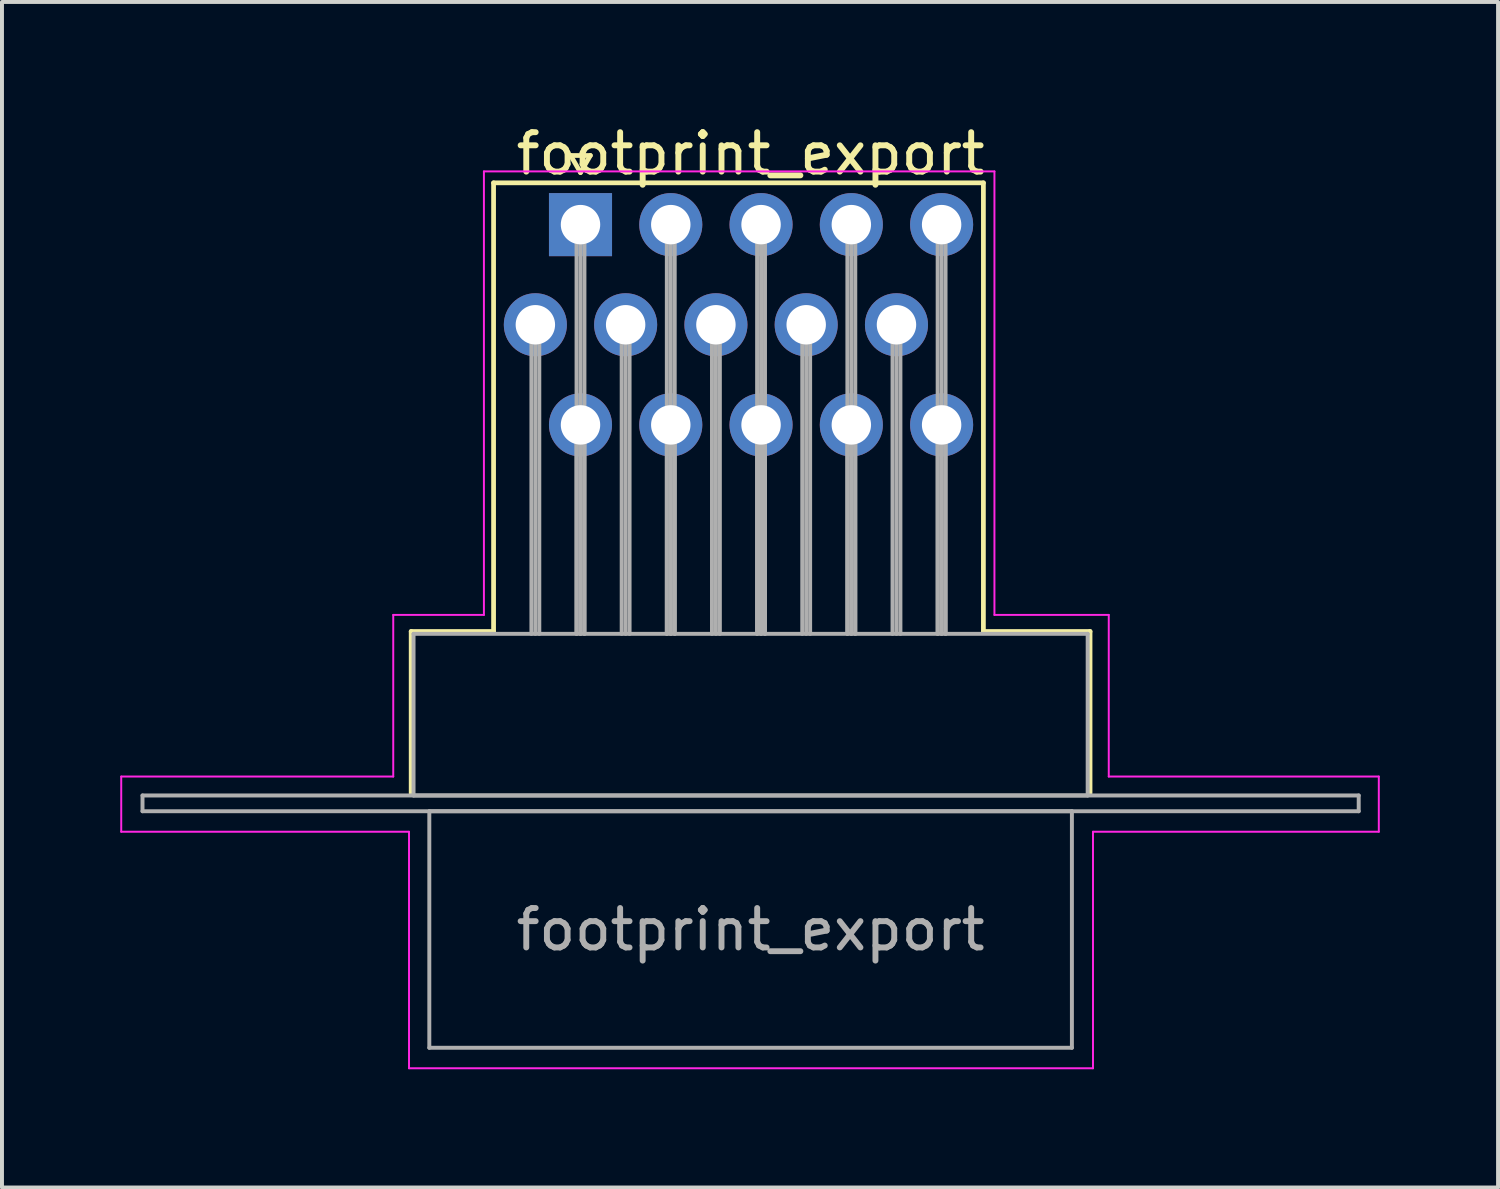
<source format=kicad_pcb>
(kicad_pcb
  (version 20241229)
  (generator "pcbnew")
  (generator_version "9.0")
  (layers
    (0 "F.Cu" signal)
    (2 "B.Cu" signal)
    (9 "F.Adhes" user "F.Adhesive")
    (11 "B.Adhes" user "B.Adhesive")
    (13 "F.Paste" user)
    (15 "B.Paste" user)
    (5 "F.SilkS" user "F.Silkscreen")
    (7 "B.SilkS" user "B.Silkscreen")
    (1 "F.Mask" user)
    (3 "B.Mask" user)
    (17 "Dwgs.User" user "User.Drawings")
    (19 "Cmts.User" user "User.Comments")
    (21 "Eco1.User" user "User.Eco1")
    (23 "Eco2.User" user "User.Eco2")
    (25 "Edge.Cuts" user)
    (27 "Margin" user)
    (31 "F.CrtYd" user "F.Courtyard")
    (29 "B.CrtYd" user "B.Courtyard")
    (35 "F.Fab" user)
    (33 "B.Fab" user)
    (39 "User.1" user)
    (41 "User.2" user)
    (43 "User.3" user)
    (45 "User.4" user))
  (footprint "footprint_export"
    (layer "F.Cu")
    (at 11.675 2.648)
    (property "Reference" "footprint_export" (at 4.315 -1.8 0) (layer "F.SilkS") (effects (font (size 1 1) (thickness 0.15))))
    (attr through_hole)
    (fp_line (start -4.295 10.32) (end -2.205 10.32) (stroke (width 0.12) (type solid)) (layer "F.SilkS"))
    (fp_line (start -4.295 14.42) (end -4.295 10.32) (stroke (width 0.12) (type solid)) (layer "F.SilkS"))
    (fp_line (start -2.205 -1.06) (end 10.22 -1.06) (stroke (width 0.12) (type solid)) (layer "F.SilkS"))
    (fp_line (start -2.205 10.32) (end -2.205 -1.06) (stroke (width 0.12) (type solid)) (layer "F.SilkS"))
    (fp_line (start -0.25 -1.754) (end 0.25 -1.754) (stroke (width 0.12) (type solid)) (layer "F.SilkS"))
    (fp_line (start 0 -1.321) (end -0.25 -1.754) (stroke (width 0.12) (type solid)) (layer "F.SilkS"))
    (fp_line (start 0.25 -1.754) (end 0 -1.321) (stroke (width 0.12) (type solid)) (layer "F.SilkS"))
    (fp_line (start 10.22 -1.06) (end 10.22 10.32) (stroke (width 0.12) (type solid)) (layer "F.SilkS"))
    (fp_line (start 10.22 10.32) (end 12.925 10.32) (stroke (width 0.12) (type solid)) (layer "F.SilkS"))
    (fp_line (start 12.925 10.32) (end 12.925 14.42) (stroke (width 0.12) (type solid)) (layer "F.SilkS"))
    (fp_line (start -11.65 14) (end -4.75 14) (stroke (width 0.05) (type solid)) (layer "F.CrtYd"))
    (fp_line (start -11.65 15.4) (end -11.65 14) (stroke (width 0.05) (type solid)) (layer "F.CrtYd"))
    (fp_line (start -4.75 9.9) (end -2.45 9.9) (stroke (width 0.05) (type solid)) (layer "F.CrtYd"))
    (fp_line (start -4.75 14) (end -4.75 9.9) (stroke (width 0.05) (type solid)) (layer "F.CrtYd"))
    (fp_line (start -4.35 15.4) (end -11.65 15.4) (stroke (width 0.05) (type solid)) (layer "F.CrtYd"))
    (fp_line (start -4.35 21.4) (end -4.35 15.4) (stroke (width 0.05) (type solid)) (layer "F.CrtYd"))
    (fp_line (start -2.45 -1.35) (end 10.5 -1.35) (stroke (width 0.05) (type solid)) (layer "F.CrtYd"))
    (fp_line (start -2.45 9.9) (end -2.45 -1.35) (stroke (width 0.05) (type solid)) (layer "F.CrtYd"))
    (fp_line (start 10.5 -1.35) (end 10.5 9.9) (stroke (width 0.05) (type solid)) (layer "F.CrtYd"))
    (fp_line (start 10.5 9.9) (end 13.4 9.9) (stroke (width 0.05) (type solid)) (layer "F.CrtYd"))
    (fp_line (start 13 15.4) (end 13 21.4) (stroke (width 0.05) (type solid)) (layer "F.CrtYd"))
    (fp_line (start 13 21.4) (end -4.35 21.4) (stroke (width 0.05) (type solid)) (layer "F.CrtYd"))
    (fp_line (start 13.4 9.9) (end 13.4 14) (stroke (width 0.05) (type solid)) (layer "F.CrtYd"))
    (fp_line (start 13.4 14) (end 20.25 14) (stroke (width 0.05) (type solid)) (layer "F.CrtYd"))
    (fp_line (start 20.25 14) (end 20.25 15.4) (stroke (width 0.05) (type solid)) (layer "F.CrtYd"))
    (fp_line (start 20.25 15.4) (end 13 15.4) (stroke (width 0.05) (type solid)) (layer "F.CrtYd"))
    (fp_line (start -11.11 14.48) (end -11.11 14.88) (stroke (width 0.1) (type solid)) (layer "F.Fab"))
    (fp_line (start -11.11 14.88) (end 19.74 14.88) (stroke (width 0.1) (type solid)) (layer "F.Fab"))
    (fp_line (start -4.235 10.38) (end -4.235 14.48) (stroke (width 0.1) (type solid)) (layer "F.Fab"))
    (fp_line (start -4.235 14.48) (end 12.865 14.48) (stroke (width 0.1) (type solid)) (layer "F.Fab"))
    (fp_line (start -3.835 14.88) (end -3.835 20.88) (stroke (width 0.1) (type solid)) (layer "F.Fab"))
    (fp_line (start -3.835 20.88) (end 12.465 20.88) (stroke (width 0.1) (type solid)) (layer "F.Fab"))
    (fp_line (start -1.245 2.54) (end -1.245 10.38) (stroke (width 0.1) (type solid)) (layer "F.Fab"))
    (fp_line (start -1.145 2.54) (end -1.145 10.38) (stroke (width 0.1) (type solid)) (layer "F.Fab"))
    (fp_line (start -1.045 2.54) (end -1.045 10.38) (stroke (width 0.1) (type solid)) (layer "F.Fab"))
    (fp_line (start -0.1 0) (end -0.1 10.38) (stroke (width 0.1) (type solid)) (layer "F.Fab"))
    (fp_line (start -0.1 5.08) (end -0.1 10.38) (stroke (width 0.1) (type solid)) (layer "F.Fab"))
    (fp_line (start 0 0) (end 0 10.38) (stroke (width 0.1) (type solid)) (layer "F.Fab"))
    (fp_line (start 0 5.08) (end 0 10.38) (stroke (width 0.1) (type solid)) (layer "F.Fab"))
    (fp_line (start 0.1 0) (end 0.1 10.38) (stroke (width 0.1) (type solid)) (layer "F.Fab"))
    (fp_line (start 0.1 5.08) (end 0.1 10.38) (stroke (width 0.1) (type solid)) (layer "F.Fab"))
    (fp_line (start 1.045 2.54) (end 1.045 10.38) (stroke (width 0.1) (type solid)) (layer "F.Fab"))
    (fp_line (start 1.145 2.54) (end 1.145 10.38) (stroke (width 0.1) (type solid)) (layer "F.Fab"))
    (fp_line (start 1.245 2.54) (end 1.245 10.38) (stroke (width 0.1) (type solid)) (layer "F.Fab"))
    (fp_line (start 2.19 0) (end 2.19 10.38) (stroke (width 0.1) (type solid)) (layer "F.Fab"))
    (fp_line (start 2.19 5.08) (end 2.19 10.38) (stroke (width 0.1) (type solid)) (layer "F.Fab"))
    (fp_line (start 2.29 0) (end 2.29 10.38) (stroke (width 0.1) (type solid)) (layer "F.Fab"))
    (fp_line (start 2.29 5.08) (end 2.29 10.38) (stroke (width 0.1) (type solid)) (layer "F.Fab"))
    (fp_line (start 2.39 0) (end 2.39 10.38) (stroke (width 0.1) (type solid)) (layer "F.Fab"))
    (fp_line (start 2.39 5.08) (end 2.39 10.38) (stroke (width 0.1) (type solid)) (layer "F.Fab"))
    (fp_line (start 3.335 2.54) (end 3.335 10.38) (stroke (width 0.1) (type solid)) (layer "F.Fab"))
    (fp_line (start 3.435 2.54) (end 3.435 10.38) (stroke (width 0.1) (type solid)) (layer "F.Fab"))
    (fp_line (start 3.535 2.54) (end 3.535 10.38) (stroke (width 0.1) (type solid)) (layer "F.Fab"))
    (fp_line (start 4.48 0) (end 4.48 10.38) (stroke (width 0.1) (type solid)) (layer "F.Fab"))
    (fp_line (start 4.48 5.08) (end 4.48 10.38) (stroke (width 0.1) (type solid)) (layer "F.Fab"))
    (fp_line (start 4.58 0) (end 4.58 10.38) (stroke (width 0.1) (type solid)) (layer "F.Fab"))
    (fp_line (start 4.58 5.08) (end 4.58 10.38) (stroke (width 0.1) (type solid)) (layer "F.Fab"))
    (fp_line (start 4.68 0) (end 4.68 10.38) (stroke (width 0.1) (type solid)) (layer "F.Fab"))
    (fp_line (start 4.68 5.08) (end 4.68 10.38) (stroke (width 0.1) (type solid)) (layer "F.Fab"))
    (fp_line (start 5.625 2.54) (end 5.625 10.38) (stroke (width 0.1) (type solid)) (layer "F.Fab"))
    (fp_line (start 5.725 2.54) (end 5.725 10.38) (stroke (width 0.1) (type solid)) (layer "F.Fab"))
    (fp_line (start 5.825 2.54) (end 5.825 10.38) (stroke (width 0.1) (type solid)) (layer "F.Fab"))
    (fp_line (start 6.77 0) (end 6.77 10.38) (stroke (width 0.1) (type solid)) (layer "F.Fab"))
    (fp_line (start 6.77 5.08) (end 6.77 10.38) (stroke (width 0.1) (type solid)) (layer "F.Fab"))
    (fp_line (start 6.87 0) (end 6.87 10.38) (stroke (width 0.1) (type solid)) (layer "F.Fab"))
    (fp_line (start 6.87 5.08) (end 6.87 10.38) (stroke (width 0.1) (type solid)) (layer "F.Fab"))
    (fp_line (start 6.97 0) (end 6.97 10.38) (stroke (width 0.1) (type solid)) (layer "F.Fab"))
    (fp_line (start 6.97 5.08) (end 6.97 10.38) (stroke (width 0.1) (type solid)) (layer "F.Fab"))
    (fp_line (start 7.915 2.54) (end 7.915 10.38) (stroke (width 0.1) (type solid)) (layer "F.Fab"))
    (fp_line (start 8.015 2.54) (end 8.015 10.38) (stroke (width 0.1) (type solid)) (layer "F.Fab"))
    (fp_line (start 8.115 2.54) (end 8.115 10.38) (stroke (width 0.1) (type solid)) (layer "F.Fab"))
    (fp_line (start 9.06 0) (end 9.06 10.38) (stroke (width 0.1) (type solid)) (layer "F.Fab"))
    (fp_line (start 9.06 5.08) (end 9.06 10.38) (stroke (width 0.1) (type solid)) (layer "F.Fab"))
    (fp_line (start 9.16 0) (end 9.16 10.38) (stroke (width 0.1) (type solid)) (layer "F.Fab"))
    (fp_line (start 9.16 5.08) (end 9.16 10.38) (stroke (width 0.1) (type solid)) (layer "F.Fab"))
    (fp_line (start 9.26 0) (end 9.26 10.38) (stroke (width 0.1) (type solid)) (layer "F.Fab"))
    (fp_line (start 9.26 5.08) (end 9.26 10.38) (stroke (width 0.1) (type solid)) (layer "F.Fab"))
    (fp_line (start 12.465 14.88) (end -3.835 14.88) (stroke (width 0.1) (type solid)) (layer "F.Fab"))
    (fp_line (start 12.465 20.88) (end 12.465 14.88) (stroke (width 0.1) (type solid)) (layer "F.Fab"))
    (fp_line (start 12.865 10.38) (end -4.235 10.38) (stroke (width 0.1) (type solid)) (layer "F.Fab"))
    (fp_line (start 12.865 14.48) (end 12.865 10.38) (stroke (width 0.1) (type solid)) (layer "F.Fab"))
    (fp_line (start 19.74 14.48) (end -11.11 14.48) (stroke (width 0.1) (type solid)) (layer "F.Fab"))
    (fp_line (start 19.74 14.88) (end 19.74 14.48) (stroke (width 0.1) (type solid)) (layer "F.Fab"))
    (fp_text user "${REFERENCE}" (at 4.315 17.88 0) (layer "F.Fab") (effects (font (size 1 1) (thickness 0.15))))
    (pad "1" thru_hole rect (at 0 0) (size 1.6 1.6) (drill 1) (layers "*.Cu" "*.Mask"))
    (pad "2" thru_hole circle (at 2.29 0) (size 1.6 1.6) (drill 1) (layers "*.Cu" "*.Mask"))
    (pad "3" thru_hole circle (at 4.58 0) (size 1.6 1.6) (drill 1) (layers "*.Cu" "*.Mask"))
    (pad "4" thru_hole circle (at 6.87 0) (size 1.6 1.6) (drill 1) (layers "*.Cu" "*.Mask"))
    (pad "5" thru_hole circle (at 9.16 0) (size 1.6 1.6) (drill 1) (layers "*.Cu" "*.Mask"))
    (pad "6" thru_hole circle (at -1.145 2.54) (size 1.6 1.6) (drill 1) (layers "*.Cu" "*.Mask"))
    (pad "7" thru_hole circle (at 1.145 2.54) (size 1.6 1.6) (drill 1) (layers "*.Cu" "*.Mask"))
    (pad "8" thru_hole circle (at 3.435 2.54) (size 1.6 1.6) (drill 1) (layers "*.Cu" "*.Mask"))
    (pad "9" thru_hole circle (at 5.725 2.54) (size 1.6 1.6) (drill 1) (layers "*.Cu" "*.Mask"))
    (pad "10" thru_hole circle (at 8.015 2.54) (size 1.6 1.6) (drill 1) (layers "*.Cu" "*.Mask"))
    (pad "11" thru_hole circle (at 0 5.08) (size 1.6 1.6) (drill 1) (layers "*.Cu" "*.Mask"))
    (pad "12" thru_hole circle (at 2.29 5.08) (size 1.6 1.6) (drill 1) (layers "*.Cu" "*.Mask"))
    (pad "13" thru_hole circle (at 4.58 5.08) (size 1.6 1.6) (drill 1) (layers "*.Cu" "*.Mask"))
    (pad "14" thru_hole circle (at 6.87 5.08) (size 1.6 1.6) (drill 1) (layers "*.Cu" "*.Mask"))
    (pad "15" thru_hole circle (at 9.16 5.08) (size 1.6 1.6) (drill 1) (layers "*.Cu" "*.Mask")))
  (gr_rect
    (start -3 -3)
    (end 34.95 27.073)
    (stroke (width 0.1) (type default))
    (fill no)
    (layer "Edge.Cuts")))
</source>
